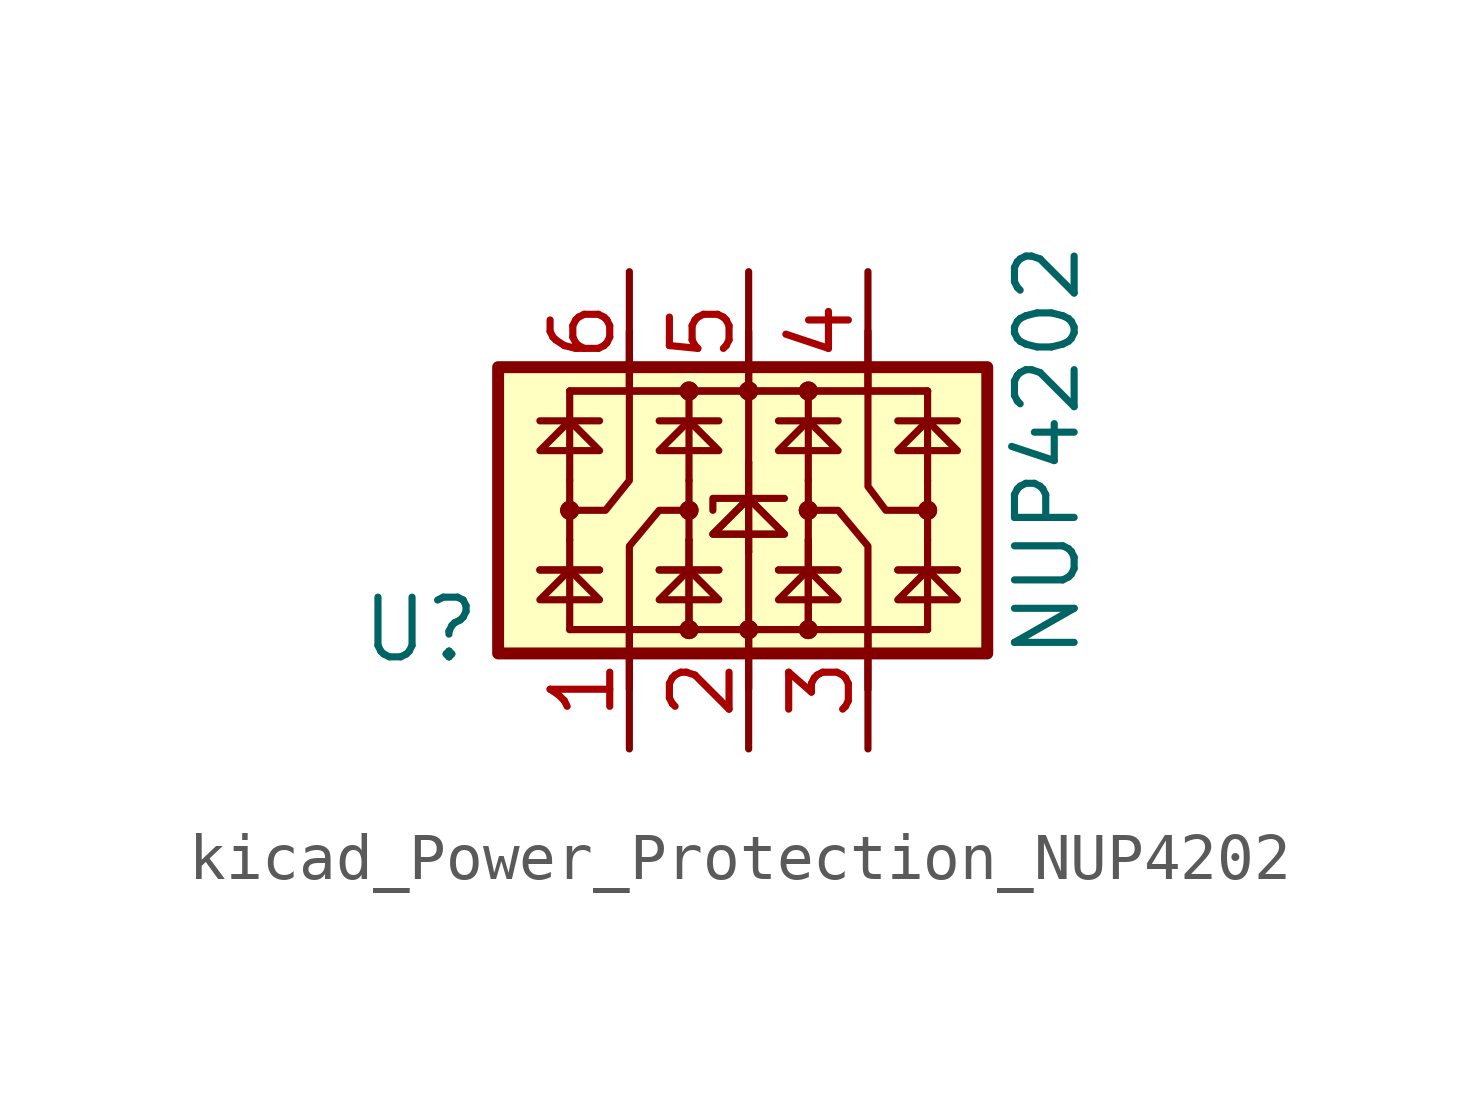
<source format=kicad_sym>
(kicad_symbol_lib
  (version 20220914)
  (generator kicad_symbol_editor)
  (symbol "kicad_Power_Protection_NUP4202"
    (property "Reference" "U"
      (at -6.985 -2.54 0)
      (effects (font (size 1.27 1.27))))
    (property "Value" "NUP4202"
      (at 6.35 1.27 90)
      (effects (font (size 1.27 1.27))))
    (symbol "kicad_Power_Protection_NUP4202_0_1"
      (rectangle (start -5.334 3.048) (end 5.08 -3.048) (stroke (width 0.254) (type default)) (fill (type background)))
      (circle (center -3.81 0) (radius 0.127) (stroke (width 0) (type default)) (fill (type none)))
      (circle (center -3.81 0) (radius 0.127) (stroke (width 0) (type default)) (fill (type none)))
      (circle (center -1.27 -2.54) (radius 0.127) (stroke (width 0) (type default)) (fill (type none)))
      (circle (center -1.27 -2.54) (radius 0.127) (stroke (width 0) (type default)) (fill (type none)))
      (circle (center -1.27 0) (radius 0.127) (stroke (width 0) (type default)) (fill (type none)))
      (circle (center -1.27 0) (radius 0.127) (stroke (width 0) (type default)) (fill (type none)))
      (circle (center -1.27 2.54) (radius 0.127) (stroke (width 0) (type default)) (fill (type none)))
      (circle (center -1.27 2.54) (radius 0.127) (stroke (width 0) (type default)) (fill (type none)))
      (circle (center 0 -2.54) (radius 0.127) (stroke (width 0) (type default)) (fill (type none)))
      (circle (center 0 -2.54) (radius 0.127) (stroke (width 0) (type default)) (fill (type none)))
      (polyline (pts (xy -4.445 -1.27) (xy -3.175 -1.27)) (stroke (width 0) (type default)) (fill (type none)))
      (polyline (pts (xy -4.445 -1.27) (xy -3.175 -1.27)) (stroke (width 0) (type default)) (fill (type none)))
      (polyline (pts (xy -4.445 1.905) (xy -3.175 1.905)) (stroke (width 0) (type default)) (fill (type none)))
      (polyline (pts (xy -3.81 -2.54) (xy -3.81 -0.635)) (stroke (width 0) (type default)) (fill (type none)))
      (polyline (pts (xy -3.81 -2.54) (xy 3.81 -2.54)) (stroke (width 0) (type default)) (fill (type none)))
      (polyline (pts (xy -3.81 -0.635) (xy -3.81 0.635)) (stroke (width 0) (type default)) (fill (type none)))
      (polyline (pts (xy -3.81 0.635) (xy -3.81 2.54)) (stroke (width 0) (type default)) (fill (type none)))
      (polyline (pts (xy -3.81 2.54) (xy 3.81 2.54)) (stroke (width 0) (type default)) (fill (type none)))
      (polyline (pts (xy -3.81 2.54) (xy 3.81 2.54)) (stroke (width 0) (type default)) (fill (type none)))
      (polyline (pts (xy -1.905 -1.27) (xy -0.635 -1.27)) (stroke (width 0) (type default)) (fill (type none)))
      (polyline (pts (xy -1.905 -1.27) (xy -0.635 -1.27)) (stroke (width 0) (type default)) (fill (type none)))
      (polyline (pts (xy -1.905 1.905) (xy -0.635 1.905)) (stroke (width 0) (type default)) (fill (type none)))
      (polyline (pts (xy -1.27 -2.54) (xy -1.27 -0.635)) (stroke (width 0) (type default)) (fill (type none)))
      (polyline (pts (xy -1.27 -2.54) (xy -1.27 -0.635)) (stroke (width 0) (type default)) (fill (type none)))
      (polyline (pts (xy -1.27 0.635) (xy -1.27 -0.635)) (stroke (width 0) (type default)) (fill (type none)))
      (polyline (pts (xy -1.27 0.635) (xy -1.27 2.54)) (stroke (width 0) (type default)) (fill (type none)))
      (polyline (pts (xy 0 -0.889) (xy 0 -3.81)) (stroke (width 0) (type default)) (fill (type none)))
      (polyline (pts (xy 0 -0.889) (xy 0 1.016)) (stroke (width 0) (type default)) (fill (type none)))
      (polyline (pts (xy 0 -0.889) (xy 0 1.016)) (stroke (width 0) (type default)) (fill (type none)))
      (polyline (pts (xy 0 1.016) (xy 0 3.81)) (stroke (width 0) (type default)) (fill (type none)))
      (polyline (pts (xy 0.635 -1.27) (xy 1.905 -1.27)) (stroke (width 0) (type default)) (fill (type none)))
      (polyline (pts (xy 0.635 -1.27) (xy 1.905 -1.27)) (stroke (width 0) (type default)) (fill (type none)))
      (polyline (pts (xy 0.635 1.905) (xy 1.905 1.905)) (stroke (width 0) (type default)) (fill (type none)))
      (polyline (pts (xy 1.27 -2.54) (xy 1.27 -0.635)) (stroke (width 0) (type default)) (fill (type none)))
      (polyline (pts (xy 1.27 -2.54) (xy 1.27 -0.635)) (stroke (width 0) (type default)) (fill (type none)))
      (polyline (pts (xy 1.27 0.635) (xy 1.27 -0.635)) (stroke (width 0) (type default)) (fill (type none)))
      (polyline (pts (xy 1.27 0.635) (xy 1.27 2.54)) (stroke (width 0) (type default)) (fill (type none)))
      (polyline (pts (xy 3.175 -1.27) (xy 4.445 -1.27)) (stroke (width 0) (type default)) (fill (type none)))
      (polyline (pts (xy 3.175 -1.27) (xy 4.445 -1.27)) (stroke (width 0) (type default)) (fill (type none)))
      (polyline (pts (xy 3.175 1.905) (xy 4.445 1.905)) (stroke (width 0) (type default)) (fill (type none)))
      (polyline (pts (xy 3.81 -2.54) (xy 3.81 -0.635)) (stroke (width 0) (type default)) (fill (type none)))
      (polyline (pts (xy 3.81 0.635) (xy 3.81 -0.635)) (stroke (width 0) (type default)) (fill (type none)))
      (polyline (pts (xy 3.81 0.635) (xy 3.81 2.54)) (stroke (width 0) (type default)) (fill (type none)))
      (polyline (pts (xy 0.762 0.254) (xy -0.762 0.254) (xy -0.762 0)) (stroke (width 0) (type default)) (fill (type none)))
      (polyline (pts (xy -4.445 -1.905) (xy -3.175 -1.905) (xy -3.81 -1.27) (xy -4.445 -1.905)) (stroke (width 0) (type default)) (fill (type none)))
      (polyline (pts (xy -4.445 1.27) (xy -3.175 1.27) (xy -3.81 1.905) (xy -4.445 1.27)) (stroke (width 0) (type default)) (fill (type none)))
      (polyline (pts (xy -2.54 -3.81) (xy -2.54 -0.762) (xy -1.905 0) (xy -1.27 0)) (stroke (width 0) (type default)) (fill (type none)))
      (polyline (pts (xy -2.54 3.81) (xy -2.54 0.635) (xy -3.048 0) (xy -3.937 0)) (stroke (width 0) (type default)) (fill (type none)))
      (polyline (pts (xy -1.905 -1.905) (xy -0.635 -1.905) (xy -1.27 -1.27) (xy -1.905 -1.905)) (stroke (width 0) (type default)) (fill (type none)))
      (polyline (pts (xy -1.905 1.27) (xy -0.635 1.27) (xy -1.27 1.905) (xy -1.905 1.27)) (stroke (width 0) (type default)) (fill (type none)))
      (polyline (pts (xy -0.762 -0.508) (xy 0.762 -0.508) (xy 0 0.254) (xy -0.762 -0.508)) (stroke (width 0) (type default)) (fill (type none)))
      (polyline (pts (xy -0.762 -0.508) (xy 0.762 -0.508) (xy 0 0.254) (xy -0.762 -0.508)) (stroke (width 0) (type default)) (fill (type none)))
      (polyline (pts (xy 0.635 -1.905) (xy 1.905 -1.905) (xy 1.27 -1.27) (xy 0.635 -1.905)) (stroke (width 0) (type default)) (fill (type none)))
      (polyline (pts (xy 0.635 1.27) (xy 1.905 1.27) (xy 1.27 1.905) (xy 0.635 1.27)) (stroke (width 0) (type default)) (fill (type none)))
      (polyline (pts (xy 2.54 -3.81) (xy 2.54 -0.762) (xy 1.905 0) (xy 1.143 0)) (stroke (width 0) (type default)) (fill (type none)))
      (polyline (pts (xy 2.54 3.81) (xy 2.54 0.508) (xy 2.921 0) (xy 3.81 0)) (stroke (width 0) (type default)) (fill (type none)))
      (polyline (pts (xy 3.175 -1.905) (xy 4.445 -1.905) (xy 3.81 -1.27) (xy 3.175 -1.905)) (stroke (width 0) (type default)) (fill (type none)))
      (polyline (pts (xy 3.175 1.27) (xy 4.445 1.27) (xy 3.81 1.905) (xy 3.175 1.27)) (stroke (width 0) (type default)) (fill (type none)))
      (circle (center 0 2.54) (radius 0.127) (stroke (width 0) (type default)) (fill (type none)))
      (circle (center 0 2.54) (radius 0.127) (stroke (width 0) (type default)) (fill (type none)))
      (circle (center 1.27 -2.54) (radius 0.127) (stroke (width 0) (type default)) (fill (type none)))
      (circle (center 1.27 -2.54) (radius 0.127) (stroke (width 0) (type default)) (fill (type none)))
      (circle (center 1.27 0) (radius 0.127) (stroke (width 0) (type default)) (fill (type none)))
      (circle (center 1.27 0) (radius 0.127) (stroke (width 0) (type default)) (fill (type none)))
      (circle (center 1.27 2.54) (radius 0.127) (stroke (width 0) (type default)) (fill (type none)))
      (circle (center 1.27 2.54) (radius 0.127) (stroke (width 0) (type default)) (fill (type none)))
      (circle (center 3.81 0) (radius 0.127) (stroke (width 0) (type default)) (fill (type none)))
      (circle (center 3.81 0) (radius 0.127) (stroke (width 0) (type default)) (fill (type none))))
    (symbol "kicad_Power_Protection_NUP4202_1_1"
      (pin passive line (at -2.54 -5.08 90) (length 2.54) (name "~" (effects (font (size 1.27 1.27)))) (number "1" (effects (font (size 1.27 1.27)))))
      (pin passive line (at 0 -5.08 90) (length 2.54) (name "~" (effects (font (size 1.27 1.27)))) (number "2" (effects (font (size 1.27 1.27)))))
      (pin passive line (at 2.54 -5.08 90) (length 2.54) (name "~" (effects (font (size 1.27 1.27)))) (number "3" (effects (font (size 1.27 1.27)))))
      (pin passive line (at 2.54 5.08 270) (length 2.54) (name "~" (effects (font (size 1.27 1.27)))) (number "4" (effects (font (size 1.27 1.27)))))
      (pin passive line (at 0 5.08 270) (length 2.54) (name "~" (effects (font (size 1.27 1.27)))) (number "5" (effects (font (size 1.27 1.27)))))
      (pin passive line (at -2.54 5.08 270) (length 2.54) (name "~" (effects (font (size 1.27 1.27)))) (number "6" (effects (font (size 1.27 1.27))))))))
</source>
